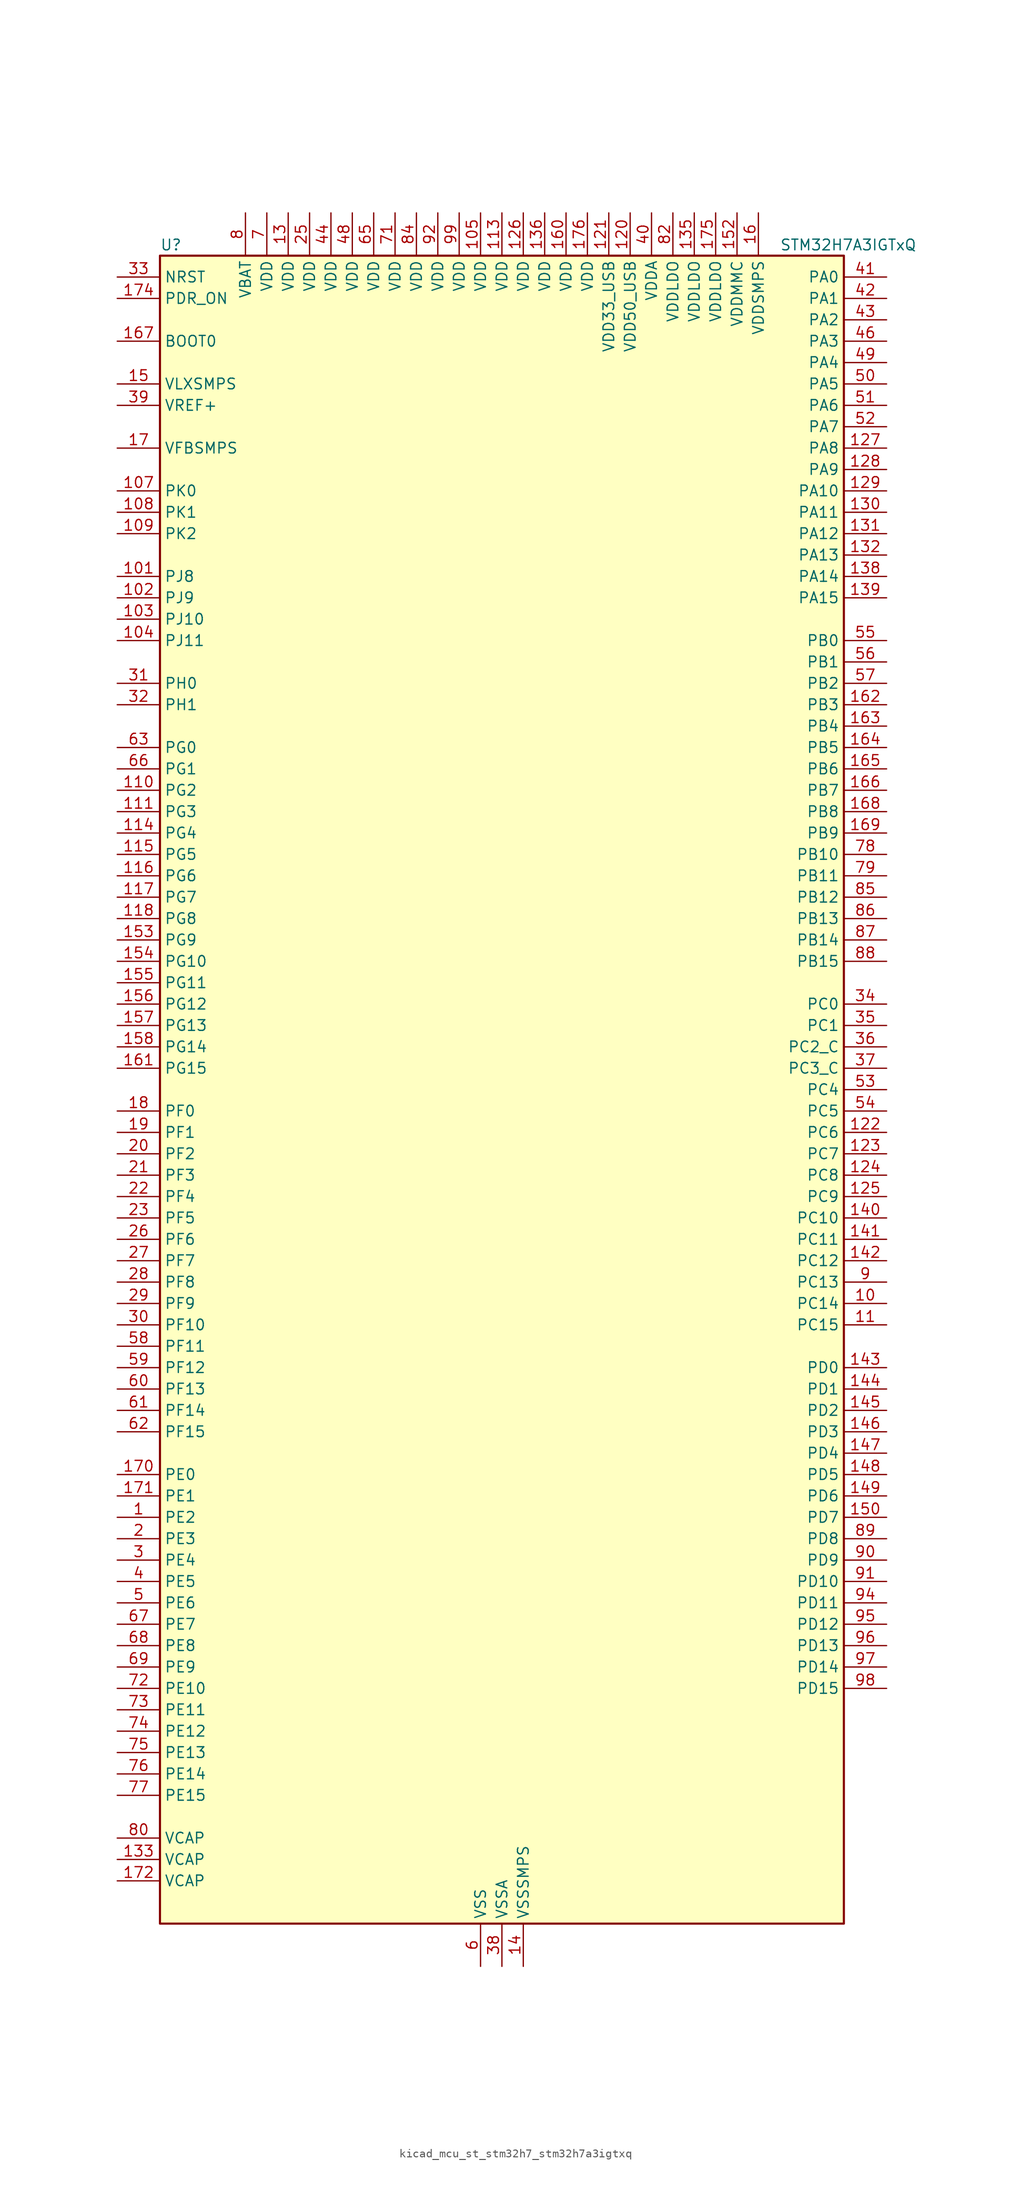
<source format=kicad_sym>
(kicad_symbol_lib
  (version 20220914)
  (generator kicad_symbol_editor)
  (symbol "kicad_mcu_st_stm32h7_stm32h7a3igtxq"
    (property "Reference" "U"
      (at -40.64 100.33 0)
      (effects (font (size 1.27 1.27)) (justify left)))
    (property "Value" "STM32H7A3IGTxQ"
      (at 33.02 100.33 0)
      (effects (font (size 1.27 1.27)) (justify left)))
    (property "ki_locked" ""
      (at 0 0 0)
      (effects (font (size 1.27 1.27))))
    (symbol "kicad_mcu_st_stm32h7_stm32h7a3igtxq_0_1"
      (rectangle (start -40.64 -99.06) (end 40.64 99.06) (stroke (width 0.254) (type default)) (fill (type background))))
    (symbol "kicad_mcu_st_stm32h7_stm32h7a3igtxq_1_1"
      (pin bidirectional line (at -45.72 -50.8 0) (length 5.08) (name "PE2" (effects (font (size 1.27 1.27)))) (number "1" (effects (font (size 1.27 1.27)))) (alternate "DEBUG_TRACECLK" bidirectional line) (alternate "FMC_A23" bidirectional line) (alternate "OCTOSPIM_P1_IO2" bidirectional line) (alternate "SAI1_CK1" bidirectional line) (alternate "SAI1_MCLK_A" bidirectional line) (alternate "SPI4_SCK" bidirectional line) (alternate "USART10_RX" bidirectional line))
      (pin bidirectional line (at 45.72 -25.4 180) (length 5.08) (name "PC14" (effects (font (size 1.27 1.27)))) (number "10" (effects (font (size 1.27 1.27)))) (alternate "RCC_OSC32_IN" bidirectional line))
      (pin passive line (at -2.54 -104.14 90) (length 5.08) hide (name "VSS" (effects (font (size 1.27 1.27)))) (number "100" (effects (font (size 1.27 1.27)))))
      (pin bidirectional line (at -45.72 60.96 0) (length 5.08) (name "PJ8" (effects (font (size 1.27 1.27)))) (number "101" (effects (font (size 1.27 1.27)))) (alternate "LTDC_G1" bidirectional line) (alternate "TIM1_CH3N" bidirectional line) (alternate "TIM8_CH1" bidirectional line) (alternate "UART8_TX" bidirectional line))
      (pin bidirectional line (at -45.72 58.42 0) (length 5.08) (name "PJ9" (effects (font (size 1.27 1.27)))) (number "102" (effects (font (size 1.27 1.27)))) (alternate "DAC1_EXTI9" bidirectional line) (alternate "LTDC_G2" bidirectional line) (alternate "TIM1_CH3" bidirectional line) (alternate "TIM8_CH1N" bidirectional line) (alternate "UART8_RX" bidirectional line))
      (pin bidirectional line (at -45.72 55.88 0) (length 5.08) (name "PJ10" (effects (font (size 1.27 1.27)))) (number "103" (effects (font (size 1.27 1.27)))) (alternate "LTDC_G3" bidirectional line) (alternate "SPI5_MOSI" bidirectional line) (alternate "TIM1_CH2N" bidirectional line) (alternate "TIM8_CH2" bidirectional line))
      (pin bidirectional line (at -45.72 53.34 0) (length 5.08) (name "PJ11" (effects (font (size 1.27 1.27)))) (number "104" (effects (font (size 1.27 1.27)))) (alternate "ADC1_EXTI11" bidirectional line) (alternate "ADC2_EXTI11" bidirectional line) (alternate "LTDC_G4" bidirectional line) (alternate "SPI5_MISO" bidirectional line) (alternate "TIM1_CH2" bidirectional line) (alternate "TIM8_CH2N" bidirectional line))
      (pin power_in line (at -2.54 104.14 270) (length 5.08) (name "VDD" (effects (font (size 1.27 1.27)))) (number "105" (effects (font (size 1.27 1.27)))))
      (pin passive line (at -2.54 -104.14 90) (length 5.08) hide (name "VSS" (effects (font (size 1.27 1.27)))) (number "106" (effects (font (size 1.27 1.27)))))
      (pin bidirectional line (at -45.72 71.12 0) (length 5.08) (name "PK0" (effects (font (size 1.27 1.27)))) (number "107" (effects (font (size 1.27 1.27)))) (alternate "LTDC_G5" bidirectional line) (alternate "SPI5_SCK" bidirectional line) (alternate "TIM1_CH1N" bidirectional line) (alternate "TIM8_CH3" bidirectional line))
      (pin bidirectional line (at -45.72 68.58 0) (length 5.08) (name "PK1" (effects (font (size 1.27 1.27)))) (number "108" (effects (font (size 1.27 1.27)))) (alternate "LTDC_G6" bidirectional line) (alternate "SPI5_NSS" bidirectional line) (alternate "TIM1_CH1" bidirectional line) (alternate "TIM8_CH3N" bidirectional line))
      (pin bidirectional line (at -45.72 66.04 0) (length 5.08) (name "PK2" (effects (font (size 1.27 1.27)))) (number "109" (effects (font (size 1.27 1.27)))) (alternate "LTDC_G7" bidirectional line) (alternate "TIM1_BKIN" bidirectional line) (alternate "TIM1_BKIN_COMP1" bidirectional line) (alternate "TIM1_BKIN_COMP2" bidirectional line) (alternate "TIM8_BKIN" bidirectional line) (alternate "TIM8_BKIN_COMP1" bidirectional line) (alternate "TIM8_BKIN_COMP2" bidirectional line))
      (pin bidirectional line (at 45.72 -27.94 180) (length 5.08) (name "PC15" (effects (font (size 1.27 1.27)))) (number "11" (effects (font (size 1.27 1.27)))) (alternate "ADC1_EXTI15" bidirectional line) (alternate "ADC2_EXTI15" bidirectional line) (alternate "RCC_OSC32_OUT" bidirectional line))
      (pin bidirectional line (at -45.72 35.56 0) (length 5.08) (name "PG2" (effects (font (size 1.27 1.27)))) (number "110" (effects (font (size 1.27 1.27)))) (alternate "FMC_A12" bidirectional line) (alternate "TIM8_BKIN" bidirectional line) (alternate "TIM8_BKIN_COMP1" bidirectional line) (alternate "TIM8_BKIN_COMP2" bidirectional line))
      (pin bidirectional line (at -45.72 33.02 0) (length 5.08) (name "PG3" (effects (font (size 1.27 1.27)))) (number "111" (effects (font (size 1.27 1.27)))) (alternate "FMC_A13" bidirectional line) (alternate "TIM8_BKIN2" bidirectional line) (alternate "TIM8_BKIN2_COMP1" bidirectional line) (alternate "TIM8_BKIN2_COMP2" bidirectional line))
      (pin passive line (at -2.54 -104.14 90) (length 5.08) hide (name "VSS" (effects (font (size 1.27 1.27)))) (number "112" (effects (font (size 1.27 1.27)))))
      (pin power_in line (at 0 104.14 270) (length 5.08) (name "VDD" (effects (font (size 1.27 1.27)))) (number "113" (effects (font (size 1.27 1.27)))))
      (pin bidirectional line (at -45.72 30.48 0) (length 5.08) (name "PG4" (effects (font (size 1.27 1.27)))) (number "114" (effects (font (size 1.27 1.27)))) (alternate "FMC_A14" bidirectional line) (alternate "FMC_BA0" bidirectional line) (alternate "TIM1_BKIN2" bidirectional line) (alternate "TIM1_BKIN2_COMP1" bidirectional line) (alternate "TIM1_BKIN2_COMP2" bidirectional line))
      (pin bidirectional line (at -45.72 27.94 0) (length 5.08) (name "PG5" (effects (font (size 1.27 1.27)))) (number "115" (effects (font (size 1.27 1.27)))) (alternate "FMC_A15" bidirectional line) (alternate "FMC_BA1" bidirectional line) (alternate "TIM1_ETR" bidirectional line))
      (pin bidirectional line (at -45.72 25.4 0) (length 5.08) (name "PG6" (effects (font (size 1.27 1.27)))) (number "116" (effects (font (size 1.27 1.27)))) (alternate "DCMI_D12" bidirectional line) (alternate "FMC_NE3" bidirectional line) (alternate "LTDC_R7" bidirectional line) (alternate "OCTOSPIM_P1_NCS" bidirectional line) (alternate "PSSI_D12" bidirectional line) (alternate "TIM17_BKIN" bidirectional line))
      (pin bidirectional line (at -45.72 22.86 0) (length 5.08) (name "PG7" (effects (font (size 1.27 1.27)))) (number "117" (effects (font (size 1.27 1.27)))) (alternate "DCMI_D13" bidirectional line) (alternate "FMC_INT" bidirectional line) (alternate "LTDC_CLK" bidirectional line) (alternate "OCTOSPIM_P2_DQS" bidirectional line) (alternate "PSSI_D13" bidirectional line) (alternate "SAI1_MCLK_A" bidirectional line) (alternate "USART6_CK" bidirectional line))
      (pin bidirectional line (at -45.72 20.32 0) (length 5.08) (name "PG8" (effects (font (size 1.27 1.27)))) (number "118" (effects (font (size 1.27 1.27)))) (alternate "FMC_SDCLK" bidirectional line) (alternate "I2S6_WS" bidirectional line) (alternate "LTDC_G7" bidirectional line) (alternate "SPDIFRX_IN2" bidirectional line) (alternate "SPI6_NSS" bidirectional line) (alternate "TIM8_ETR" bidirectional line) (alternate "USART6_DE" bidirectional line) (alternate "USART6_RTS" bidirectional line))
      (pin passive line (at -2.54 -104.14 90) (length 5.08) hide (name "VSS" (effects (font (size 1.27 1.27)))) (number "119" (effects (font (size 1.27 1.27)))))
      (pin passive line (at -2.54 -104.14 90) (length 5.08) hide (name "VSS" (effects (font (size 1.27 1.27)))) (number "12" (effects (font (size 1.27 1.27)))))
      (pin power_in line (at 15.24 104.14 270) (length 5.08) (name "VDD50_USB" (effects (font (size 1.27 1.27)))) (number "120" (effects (font (size 1.27 1.27)))))
      (pin power_in line (at 12.7 104.14 270) (length 5.08) (name "VDD33_USB" (effects (font (size 1.27 1.27)))) (number "121" (effects (font (size 1.27 1.27)))))
      (pin bidirectional line (at 45.72 -5.08 180) (length 5.08) (name "PC6" (effects (font (size 1.27 1.27)))) (number "122" (effects (font (size 1.27 1.27)))) (alternate "DCMI_D0" bidirectional line) (alternate "DFSDM1_CKIN3" bidirectional line) (alternate "FMC_NWAIT" bidirectional line) (alternate "I2S2_MCK" bidirectional line) (alternate "LTDC_HSYNC" bidirectional line) (alternate "PSSI_D0" bidirectional line) (alternate "SDMMC1_D0DIR" bidirectional line) (alternate "SDMMC1_D6" bidirectional line) (alternate "SDMMC2_D6" bidirectional line) (alternate "SWPMI1_IO" bidirectional line) (alternate "TIM3_CH1" bidirectional line) (alternate "TIM8_CH1" bidirectional line) (alternate "USART6_TX" bidirectional line))
      (pin bidirectional line (at 45.72 -7.62 180) (length 5.08) (name "PC7" (effects (font (size 1.27 1.27)))) (number "123" (effects (font (size 1.27 1.27)))) (alternate "DCMI_D1" bidirectional line) (alternate "DEBUG_TRGIO" bidirectional line) (alternate "DFSDM1_DATIN3" bidirectional line) (alternate "FMC_NE1" bidirectional line) (alternate "I2S3_MCK" bidirectional line) (alternate "LTDC_G6" bidirectional line) (alternate "PSSI_D1" bidirectional line) (alternate "SDMMC1_D123DIR" bidirectional line) (alternate "SDMMC1_D7" bidirectional line) (alternate "SDMMC2_D7" bidirectional line) (alternate "SWPMI1_TX" bidirectional line) (alternate "TIM3_CH2" bidirectional line) (alternate "TIM8_CH2" bidirectional line) (alternate "USART6_RX" bidirectional line))
      (pin bidirectional line (at 45.72 -10.16 180) (length 5.08) (name "PC8" (effects (font (size 1.27 1.27)))) (number "124" (effects (font (size 1.27 1.27)))) (alternate "DCMI_D2" bidirectional line) (alternate "DEBUG_TRACED1" bidirectional line) (alternate "FMC_INT" bidirectional line) (alternate "FMC_NCE" bidirectional line) (alternate "FMC_NE2" bidirectional line) (alternate "PSSI_D2" bidirectional line) (alternate "SDMMC1_D0" bidirectional line) (alternate "SWPMI1_RX" bidirectional line) (alternate "TIM3_CH3" bidirectional line) (alternate "TIM8_CH3" bidirectional line) (alternate "UART5_DE" bidirectional line) (alternate "UART5_RTS" bidirectional line) (alternate "USART6_CK" bidirectional line))
      (pin bidirectional line (at 45.72 -12.7 180) (length 5.08) (name "PC9" (effects (font (size 1.27 1.27)))) (number "125" (effects (font (size 1.27 1.27)))) (alternate "DAC1_EXTI9" bidirectional line) (alternate "DCMI_D3" bidirectional line) (alternate "I2C3_SDA" bidirectional line) (alternate "I2S_CKIN" bidirectional line) (alternate "LTDC_B2" bidirectional line) (alternate "LTDC_G3" bidirectional line) (alternate "OCTOSPIM_P1_IO0" bidirectional line) (alternate "PSSI_D3" bidirectional line) (alternate "RCC_MCO_2" bidirectional line) (alternate "SDMMC1_D1" bidirectional line) (alternate "SWPMI1_SUSPEND" bidirectional line) (alternate "TIM3_CH4" bidirectional line) (alternate "TIM8_CH4" bidirectional line) (alternate "UART5_CTS" bidirectional line))
      (pin power_in line (at 2.54 104.14 270) (length 5.08) (name "VDD" (effects (font (size 1.27 1.27)))) (number "126" (effects (font (size 1.27 1.27)))))
      (pin bidirectional line (at 45.72 76.2 180) (length 5.08) (name "PA8" (effects (font (size 1.27 1.27)))) (number "127" (effects (font (size 1.27 1.27)))) (alternate "I2C3_SCL" bidirectional line) (alternate "LTDC_B3" bidirectional line) (alternate "LTDC_R6" bidirectional line) (alternate "RCC_MCO_1" bidirectional line) (alternate "TIM1_CH1" bidirectional line) (alternate "TIM8_BKIN2" bidirectional line) (alternate "TIM8_BKIN2_COMP1" bidirectional line) (alternate "TIM8_BKIN2_COMP2" bidirectional line) (alternate "UART7_RX" bidirectional line) (alternate "USART1_CK" bidirectional line) (alternate "USB_OTG_HS_SOF" bidirectional line))
      (pin bidirectional line (at 45.72 73.66 180) (length 5.08) (name "PA9" (effects (font (size 1.27 1.27)))) (number "128" (effects (font (size 1.27 1.27)))) (alternate "DAC1_EXTI9" bidirectional line) (alternate "DCMI_D0" bidirectional line) (alternate "I2C3_SMBA" bidirectional line) (alternate "I2S2_CK" bidirectional line) (alternate "LPUART1_TX" bidirectional line) (alternate "LTDC_R5" bidirectional line) (alternate "PSSI_D0" bidirectional line) (alternate "SPI2_SCK" bidirectional line) (alternate "TIM1_CH2" bidirectional line) (alternate "USART1_TX" bidirectional line) (alternate "USB_OTG_HS_VBUS" bidirectional line))
      (pin bidirectional line (at 45.72 71.12 180) (length 5.08) (name "PA10" (effects (font (size 1.27 1.27)))) (number "129" (effects (font (size 1.27 1.27)))) (alternate "DCMI_D1" bidirectional line) (alternate "LPUART1_RX" bidirectional line) (alternate "LTDC_B1" bidirectional line) (alternate "LTDC_B4" bidirectional line) (alternate "MDIOS_MDIO" bidirectional line) (alternate "PSSI_D1" bidirectional line) (alternate "TIM1_CH3" bidirectional line) (alternate "USART1_RX" bidirectional line) (alternate "USB_OTG_HS_ID" bidirectional line))
      (pin power_in line (at -25.4 104.14 270) (length 5.08) (name "VDD" (effects (font (size 1.27 1.27)))) (number "13" (effects (font (size 1.27 1.27)))))
      (pin bidirectional line (at 45.72 68.58 180) (length 5.08) (name "PA11" (effects (font (size 1.27 1.27)))) (number "130" (effects (font (size 1.27 1.27)))) (alternate "ADC1_EXTI11" bidirectional line) (alternate "ADC2_EXTI11" bidirectional line) (alternate "FDCAN1_RX" bidirectional line) (alternate "I2S2_WS" bidirectional line) (alternate "LPUART1_CTS" bidirectional line) (alternate "LTDC_R4" bidirectional line) (alternate "SPI2_NSS" bidirectional line) (alternate "TIM1_CH4" bidirectional line) (alternate "UART4_RX" bidirectional line) (alternate "USART1_CTS" bidirectional line) (alternate "USART1_NSS" bidirectional line) (alternate "USB_OTG_HS_DM" bidirectional line))
      (pin bidirectional line (at 45.72 66.04 180) (length 5.08) (name "PA12" (effects (font (size 1.27 1.27)))) (number "131" (effects (font (size 1.27 1.27)))) (alternate "FDCAN1_TX" bidirectional line) (alternate "I2S2_CK" bidirectional line) (alternate "LPUART1_DE" bidirectional line) (alternate "LPUART1_RTS" bidirectional line) (alternate "LTDC_R5" bidirectional line) (alternate "SAI2_FS_B" bidirectional line) (alternate "SPI2_SCK" bidirectional line) (alternate "TIM1_ETR" bidirectional line) (alternate "UART4_TX" bidirectional line) (alternate "USART1_DE" bidirectional line) (alternate "USART1_RTS" bidirectional line) (alternate "USB_OTG_HS_DP" bidirectional line))
      (pin bidirectional line (at 45.72 63.5 180) (length 5.08) (name "PA13" (effects (font (size 1.27 1.27)))) (number "132" (effects (font (size 1.27 1.27)))) (alternate "DEBUG_JTMS-SWDIO" bidirectional line))
      (pin power_out line (at -45.72 -91.44 0) (length 5.08) (name "VCAP" (effects (font (size 1.27 1.27)))) (number "133" (effects (font (size 1.27 1.27)))))
      (pin passive line (at -2.54 -104.14 90) (length 5.08) hide (name "VSS" (effects (font (size 1.27 1.27)))) (number "134" (effects (font (size 1.27 1.27)))))
      (pin power_in line (at 22.86 104.14 270) (length 5.08) (name "VDDLDO" (effects (font (size 1.27 1.27)))) (number "135" (effects (font (size 1.27 1.27)))))
      (pin power_in line (at 5.08 104.14 270) (length 5.08) (name "VDD" (effects (font (size 1.27 1.27)))) (number "136" (effects (font (size 1.27 1.27)))))
      (pin passive line (at -2.54 -104.14 90) (length 5.08) hide (name "VSS" (effects (font (size 1.27 1.27)))) (number "137" (effects (font (size 1.27 1.27)))))
      (pin bidirectional line (at 45.72 60.96 180) (length 5.08) (name "PA14" (effects (font (size 1.27 1.27)))) (number "138" (effects (font (size 1.27 1.27)))) (alternate "DEBUG_JTCK-SWCLK" bidirectional line))
      (pin bidirectional line (at 45.72 58.42 180) (length 5.08) (name "PA15" (effects (font (size 1.27 1.27)))) (number "139" (effects (font (size 1.27 1.27)))) (alternate "ADC1_EXTI15" bidirectional line) (alternate "ADC2_EXTI15" bidirectional line) (alternate "CEC" bidirectional line) (alternate "DEBUG_JTDI" bidirectional line) (alternate "I2S1_WS" bidirectional line) (alternate "I2S3_WS" bidirectional line) (alternate "I2S6_WS" bidirectional line) (alternate "LTDC_B6" bidirectional line) (alternate "LTDC_R3" bidirectional line) (alternate "SPI1_NSS" bidirectional line) (alternate "SPI3_NSS" bidirectional line) (alternate "SPI6_NSS" bidirectional line) (alternate "TIM2_CH1" bidirectional line) (alternate "TIM2_ETR" bidirectional line) (alternate "UART4_DE" bidirectional line) (alternate "UART4_RTS" bidirectional line) (alternate "UART7_TX" bidirectional line))
      (pin power_in line (at 2.54 -104.14 90) (length 5.08) (name "VSSSMPS" (effects (font (size 1.27 1.27)))) (number "14" (effects (font (size 1.27 1.27)))))
      (pin bidirectional line (at 45.72 -15.24 180) (length 5.08) (name "PC10" (effects (font (size 1.27 1.27)))) (number "140" (effects (font (size 1.27 1.27)))) (alternate "DCMI_D8" bidirectional line) (alternate "DFSDM1_CKIN5" bidirectional line) (alternate "DFSDM2_CKIN0" bidirectional line) (alternate "I2S3_CK" bidirectional line) (alternate "LTDC_B1" bidirectional line) (alternate "LTDC_R2" bidirectional line) (alternate "OCTOSPIM_P1_IO1" bidirectional line) (alternate "PSSI_D8" bidirectional line) (alternate "SDMMC1_D2" bidirectional line) (alternate "SPI3_SCK" bidirectional line) (alternate "SWPMI1_RX" bidirectional line) (alternate "UART4_TX" bidirectional line) (alternate "USART3_TX" bidirectional line))
      (pin bidirectional line (at 45.72 -17.78 180) (length 5.08) (name "PC11" (effects (font (size 1.27 1.27)))) (number "141" (effects (font (size 1.27 1.27)))) (alternate "ADC1_EXTI11" bidirectional line) (alternate "ADC2_EXTI11" bidirectional line) (alternate "DCMI_D4" bidirectional line) (alternate "DFSDM1_DATIN5" bidirectional line) (alternate "DFSDM2_DATIN0" bidirectional line) (alternate "I2S3_SDI" bidirectional line) (alternate "LTDC_B4" bidirectional line) (alternate "OCTOSPIM_P1_NCS" bidirectional line) (alternate "PSSI_D4" bidirectional line) (alternate "SDMMC1_D3" bidirectional line) (alternate "SPI3_MISO" bidirectional line) (alternate "UART4_RX" bidirectional line) (alternate "USART3_RX" bidirectional line))
      (pin bidirectional line (at 45.72 -20.32 180) (length 5.08) (name "PC12" (effects (font (size 1.27 1.27)))) (number "142" (effects (font (size 1.27 1.27)))) (alternate "DCMI_D9" bidirectional line) (alternate "DEBUG_TRACED3" bidirectional line) (alternate "DFSDM2_CKOUT" bidirectional line) (alternate "I2S3_SDO" bidirectional line) (alternate "I2S6_CK" bidirectional line) (alternate "LTDC_R6" bidirectional line) (alternate "PSSI_D9" bidirectional line) (alternate "SDMMC1_CK" bidirectional line) (alternate "SPI3_MOSI" bidirectional line) (alternate "SPI6_SCK" bidirectional line) (alternate "TIM15_CH1" bidirectional line) (alternate "UART5_TX" bidirectional line) (alternate "USART3_CK" bidirectional line))
      (pin bidirectional line (at 45.72 -33.02 180) (length 5.08) (name "PD0" (effects (font (size 1.27 1.27)))) (number "143" (effects (font (size 1.27 1.27)))) (alternate "DFSDM1_CKIN6" bidirectional line) (alternate "FDCAN1_RX" bidirectional line) (alternate "FMC_D2" bidirectional line) (alternate "FMC_DA2" bidirectional line) (alternate "LTDC_B1" bidirectional line) (alternate "UART4_RX" bidirectional line) (alternate "UART9_CTS" bidirectional line))
      (pin bidirectional line (at 45.72 -35.56 180) (length 5.08) (name "PD1" (effects (font (size 1.27 1.27)))) (number "144" (effects (font (size 1.27 1.27)))) (alternate "DFSDM1_DATIN6" bidirectional line) (alternate "FDCAN1_TX" bidirectional line) (alternate "FMC_D3" bidirectional line) (alternate "FMC_DA3" bidirectional line) (alternate "UART4_TX" bidirectional line))
      (pin bidirectional line (at 45.72 -38.1 180) (length 5.08) (name "PD2" (effects (font (size 1.27 1.27)))) (number "145" (effects (font (size 1.27 1.27)))) (alternate "DCMI_D11" bidirectional line) (alternate "DEBUG_TRACED2" bidirectional line) (alternate "LTDC_B2" bidirectional line) (alternate "LTDC_B7" bidirectional line) (alternate "PSSI_D11" bidirectional line) (alternate "SDMMC1_CMD" bidirectional line) (alternate "TIM15_BKIN" bidirectional line) (alternate "TIM3_ETR" bidirectional line) (alternate "UART5_RX" bidirectional line))
      (pin bidirectional line (at 45.72 -40.64 180) (length 5.08) (name "PD3" (effects (font (size 1.27 1.27)))) (number "146" (effects (font (size 1.27 1.27)))) (alternate "DCMI_D5" bidirectional line) (alternate "DFSDM1_CKOUT" bidirectional line) (alternate "FMC_CLK" bidirectional line) (alternate "I2S2_CK" bidirectional line) (alternate "LTDC_G7" bidirectional line) (alternate "PSSI_D5" bidirectional line) (alternate "SPI2_SCK" bidirectional line) (alternate "USART2_CTS" bidirectional line) (alternate "USART2_NSS" bidirectional line))
      (pin bidirectional line (at 45.72 -43.18 180) (length 5.08) (name "PD4" (effects (font (size 1.27 1.27)))) (number "147" (effects (font (size 1.27 1.27)))) (alternate "FMC_NOE" bidirectional line) (alternate "OCTOSPIM_P1_IO4" bidirectional line) (alternate "USART2_DE" bidirectional line) (alternate "USART2_RTS" bidirectional line))
      (pin bidirectional line (at 45.72 -45.72 180) (length 5.08) (name "PD5" (effects (font (size 1.27 1.27)))) (number "148" (effects (font (size 1.27 1.27)))) (alternate "FMC_NWE" bidirectional line) (alternate "OCTOSPIM_P1_IO5" bidirectional line) (alternate "USART2_TX" bidirectional line))
      (pin bidirectional line (at 45.72 -48.26 180) (length 5.08) (name "PD6" (effects (font (size 1.27 1.27)))) (number "149" (effects (font (size 1.27 1.27)))) (alternate "DCMI_D10" bidirectional line) (alternate "DFSDM1_CKIN4" bidirectional line) (alternate "DFSDM1_DATIN1" bidirectional line) (alternate "FMC_NWAIT" bidirectional line) (alternate "I2S3_SDO" bidirectional line) (alternate "LTDC_B2" bidirectional line) (alternate "OCTOSPIM_P1_IO6" bidirectional line) (alternate "PSSI_D10" bidirectional line) (alternate "SAI1_D1" bidirectional line) (alternate "SAI1_SD_A" bidirectional line) (alternate "SDMMC2_CK" bidirectional line) (alternate "SPI3_MOSI" bidirectional line) (alternate "USART2_RX" bidirectional line))
      (pin power_in line (at -45.72 83.82 0) (length 5.08) (name "VLXSMPS" (effects (font (size 1.27 1.27)))) (number "15" (effects (font (size 1.27 1.27)))))
      (pin bidirectional line (at 45.72 -50.8 180) (length 5.08) (name "PD7" (effects (font (size 1.27 1.27)))) (number "150" (effects (font (size 1.27 1.27)))) (alternate "DFSDM1_CKIN1" bidirectional line) (alternate "DFSDM1_DATIN4" bidirectional line) (alternate "FMC_NE1" bidirectional line) (alternate "I2S1_SDO" bidirectional line) (alternate "OCTOSPIM_P1_IO7" bidirectional line) (alternate "SDMMC2_CMD" bidirectional line) (alternate "SPDIFRX_IN0" bidirectional line) (alternate "SPI1_MOSI" bidirectional line) (alternate "USART2_CK" bidirectional line))
      (pin passive line (at -2.54 -104.14 90) (length 5.08) hide (name "VSS" (effects (font (size 1.27 1.27)))) (number "151" (effects (font (size 1.27 1.27)))))
      (pin power_in line (at 27.94 104.14 270) (length 5.08) (name "VDDMMC" (effects (font (size 1.27 1.27)))) (number "152" (effects (font (size 1.27 1.27)))))
      (pin bidirectional line (at -45.72 17.78 0) (length 5.08) (name "PG9" (effects (font (size 1.27 1.27)))) (number "153" (effects (font (size 1.27 1.27)))) (alternate "DAC1_EXTI9" bidirectional line) (alternate "DCMI_VSYNC" bidirectional line) (alternate "FMC_NCE" bidirectional line) (alternate "FMC_NE2" bidirectional line) (alternate "I2S1_SDI" bidirectional line) (alternate "OCTOSPIM_P1_IO6" bidirectional line) (alternate "PSSI_RDY" bidirectional line) (alternate "SAI2_FS_B" bidirectional line) (alternate "SDMMC2_D0" bidirectional line) (alternate "SPDIFRX_IN3" bidirectional line) (alternate "SPI1_MISO" bidirectional line) (alternate "USART6_RX" bidirectional line))
      (pin bidirectional line (at -45.72 15.24 0) (length 5.08) (name "PG10" (effects (font (size 1.27 1.27)))) (number "154" (effects (font (size 1.27 1.27)))) (alternate "DCMI_D2" bidirectional line) (alternate "FMC_NE3" bidirectional line) (alternate "I2S1_WS" bidirectional line) (alternate "LTDC_B2" bidirectional line) (alternate "LTDC_G3" bidirectional line) (alternate "OCTOSPIM_P2_IO6" bidirectional line) (alternate "PSSI_D2" bidirectional line) (alternate "SAI2_SD_B" bidirectional line) (alternate "SDMMC2_D1" bidirectional line) (alternate "SPI1_NSS" bidirectional line))
      (pin bidirectional line (at -45.72 12.7 0) (length 5.08) (name "PG11" (effects (font (size 1.27 1.27)))) (number "155" (effects (font (size 1.27 1.27)))) (alternate "ADC1_EXTI11" bidirectional line) (alternate "ADC2_EXTI11" bidirectional line) (alternate "DCMI_D3" bidirectional line) (alternate "I2S1_CK" bidirectional line) (alternate "LPTIM1_IN2" bidirectional line) (alternate "LTDC_B3" bidirectional line) (alternate "OCTOSPIM_P2_IO7" bidirectional line) (alternate "PSSI_D3" bidirectional line) (alternate "SDMMC2_D2" bidirectional line) (alternate "SPDIFRX_IN0" bidirectional line) (alternate "SPI1_SCK" bidirectional line) (alternate "USART10_RX" bidirectional line))
      (pin bidirectional line (at -45.72 10.16 0) (length 5.08) (name "PG12" (effects (font (size 1.27 1.27)))) (number "156" (effects (font (size 1.27 1.27)))) (alternate "FMC_NE4" bidirectional line) (alternate "I2S6_SDI" bidirectional line) (alternate "LPTIM1_IN1" bidirectional line) (alternate "LTDC_B1" bidirectional line) (alternate "LTDC_B4" bidirectional line) (alternate "OCTOSPIM_P2_NCS" bidirectional line) (alternate "SDMMC2_D3" bidirectional line) (alternate "SPDIFRX_IN1" bidirectional line) (alternate "SPI6_MISO" bidirectional line) (alternate "USART10_TX" bidirectional line) (alternate "USART6_DE" bidirectional line) (alternate "USART6_RTS" bidirectional line))
      (pin bidirectional line (at -45.72 7.62 0) (length 5.08) (name "PG13" (effects (font (size 1.27 1.27)))) (number "157" (effects (font (size 1.27 1.27)))) (alternate "DEBUG_TRACED0" bidirectional line) (alternate "FMC_A24" bidirectional line) (alternate "I2S6_CK" bidirectional line) (alternate "LPTIM1_OUT" bidirectional line) (alternate "LTDC_R0" bidirectional line) (alternate "SDMMC2_D6" bidirectional line) (alternate "SPI6_SCK" bidirectional line) (alternate "USART10_CTS" bidirectional line) (alternate "USART10_NSS" bidirectional line) (alternate "USART6_CTS" bidirectional line) (alternate "USART6_NSS" bidirectional line))
      (pin bidirectional line (at -45.72 5.08 0) (length 5.08) (name "PG14" (effects (font (size 1.27 1.27)))) (number "158" (effects (font (size 1.27 1.27)))) (alternate "DEBUG_TRACED1" bidirectional line) (alternate "FMC_A25" bidirectional line) (alternate "I2S6_SDO" bidirectional line) (alternate "LPTIM1_ETR" bidirectional line) (alternate "LTDC_B0" bidirectional line) (alternate "OCTOSPIM_P1_IO7" bidirectional line) (alternate "SDMMC2_D7" bidirectional line) (alternate "SPI6_MOSI" bidirectional line) (alternate "USART10_DE" bidirectional line) (alternate "USART10_RTS" bidirectional line) (alternate "USART6_TX" bidirectional line))
      (pin passive line (at -2.54 -104.14 90) (length 5.08) hide (name "VSS" (effects (font (size 1.27 1.27)))) (number "159" (effects (font (size 1.27 1.27)))))
      (pin power_in line (at 30.48 104.14 270) (length 5.08) (name "VDDSMPS" (effects (font (size 1.27 1.27)))) (number "16" (effects (font (size 1.27 1.27)))))
      (pin power_in line (at 7.62 104.14 270) (length 5.08) (name "VDD" (effects (font (size 1.27 1.27)))) (number "160" (effects (font (size 1.27 1.27)))))
      (pin bidirectional line (at -45.72 2.54 0) (length 5.08) (name "PG15" (effects (font (size 1.27 1.27)))) (number "161" (effects (font (size 1.27 1.27)))) (alternate "ADC1_EXTI15" bidirectional line) (alternate "ADC2_EXTI15" bidirectional line) (alternate "DCMI_D13" bidirectional line) (alternate "FMC_SDNCAS" bidirectional line) (alternate "OCTOSPIM_P2_DQS" bidirectional line) (alternate "PSSI_D13" bidirectional line) (alternate "USART10_CK" bidirectional line) (alternate "USART6_CTS" bidirectional line) (alternate "USART6_NSS" bidirectional line))
      (pin bidirectional line (at 45.72 45.72 180) (length 5.08) (name "PB3" (effects (font (size 1.27 1.27)))) (number "162" (effects (font (size 1.27 1.27)))) (alternate "CRS_SYNC" bidirectional line) (alternate "DEBUG_JTDO-SWO" bidirectional line) (alternate "I2S1_CK" bidirectional line) (alternate "I2S3_CK" bidirectional line) (alternate "I2S6_CK" bidirectional line) (alternate "SDMMC2_D2" bidirectional line) (alternate "SPI1_SCK" bidirectional line) (alternate "SPI3_SCK" bidirectional line) (alternate "SPI6_SCK" bidirectional line) (alternate "TIM2_CH2" bidirectional line) (alternate "UART7_RX" bidirectional line))
      (pin bidirectional line (at 45.72 43.18 180) (length 5.08) (name "PB4" (effects (font (size 1.27 1.27)))) (number "163" (effects (font (size 1.27 1.27)))) (alternate "DEBUG_JTRST" bidirectional line) (alternate "I2S1_SDI" bidirectional line) (alternate "I2S2_WS" bidirectional line) (alternate "I2S3_SDI" bidirectional line) (alternate "I2S6_SDI" bidirectional line) (alternate "SDMMC2_D3" bidirectional line) (alternate "SPI1_MISO" bidirectional line) (alternate "SPI2_NSS" bidirectional line) (alternate "SPI3_MISO" bidirectional line) (alternate "SPI6_MISO" bidirectional line) (alternate "TIM16_BKIN" bidirectional line) (alternate "TIM3_CH1" bidirectional line) (alternate "UART7_TX" bidirectional line))
      (pin bidirectional line (at 45.72 40.64 180) (length 5.08) (name "PB5" (effects (font (size 1.27 1.27)))) (number "164" (effects (font (size 1.27 1.27)))) (alternate "DCMI_D10" bidirectional line) (alternate "FDCAN2_RX" bidirectional line) (alternate "FMC_SDCKE1" bidirectional line) (alternate "I2C1_SMBA" bidirectional line) (alternate "I2C4_SMBA" bidirectional line) (alternate "I2S1_SDO" bidirectional line) (alternate "I2S3_SDO" bidirectional line) (alternate "I2S6_SDO" bidirectional line) (alternate "LTDC_B5" bidirectional line) (alternate "PSSI_D10" bidirectional line) (alternate "SPI1_MOSI" bidirectional line) (alternate "SPI3_MOSI" bidirectional line) (alternate "SPI6_MOSI" bidirectional line) (alternate "TIM17_BKIN" bidirectional line) (alternate "TIM3_CH2" bidirectional line) (alternate "UART5_RX" bidirectional line) (alternate "USB_OTG_HS_ULPI_D7" bidirectional line))
      (pin bidirectional line (at 45.72 38.1 180) (length 5.08) (name "PB6" (effects (font (size 1.27 1.27)))) (number "165" (effects (font (size 1.27 1.27)))) (alternate "CEC" bidirectional line) (alternate "DCMI_D5" bidirectional line) (alternate "DFSDM1_DATIN5" bidirectional line) (alternate "FDCAN2_TX" bidirectional line) (alternate "FMC_SDNE1" bidirectional line) (alternate "I2C1_SCL" bidirectional line) (alternate "I2C4_SCL" bidirectional line) (alternate "LPUART1_TX" bidirectional line) (alternate "OCTOSPIM_P1_NCS" bidirectional line) (alternate "PSSI_D5" bidirectional line) (alternate "TIM16_CH1N" bidirectional line) (alternate "TIM4_CH1" bidirectional line) (alternate "UART5_TX" bidirectional line) (alternate "USART1_TX" bidirectional line))
      (pin bidirectional line (at 45.72 35.56 180) (length 5.08) (name "PB7" (effects (font (size 1.27 1.27)))) (number "166" (effects (font (size 1.27 1.27)))) (alternate "DCMI_VSYNC" bidirectional line) (alternate "DFSDM1_CKIN5" bidirectional line) (alternate "FMC_NL" bidirectional line) (alternate "I2C1_SDA" bidirectional line) (alternate "I2C4_SDA" bidirectional line) (alternate "LPUART1_RX" bidirectional line) (alternate "PSSI_RDY" bidirectional line) (alternate "PWR_PVD_IN" bidirectional line) (alternate "TIM17_CH1N" bidirectional line) (alternate "TIM4_CH2" bidirectional line) (alternate "USART1_RX" bidirectional line))
      (pin input line (at -45.72 88.9 0) (length 5.08) (name "BOOT0" (effects (font (size 1.27 1.27)))) (number "167" (effects (font (size 1.27 1.27)))))
      (pin bidirectional line (at 45.72 33.02 180) (length 5.08) (name "PB8" (effects (font (size 1.27 1.27)))) (number "168" (effects (font (size 1.27 1.27)))) (alternate "DCMI_D6" bidirectional line) (alternate "DFSDM1_CKIN7" bidirectional line) (alternate "FDCAN1_RX" bidirectional line) (alternate "I2C1_SCL" bidirectional line) (alternate "I2C4_SCL" bidirectional line) (alternate "LTDC_B6" bidirectional line) (alternate "PSSI_D6" bidirectional line) (alternate "SDMMC1_CKIN" bidirectional line) (alternate "SDMMC1_D4" bidirectional line) (alternate "SDMMC2_D4" bidirectional line) (alternate "TIM16_CH1" bidirectional line) (alternate "TIM4_CH3" bidirectional line) (alternate "UART4_RX" bidirectional line))
      (pin bidirectional line (at 45.72 30.48 180) (length 5.08) (name "PB9" (effects (font (size 1.27 1.27)))) (number "169" (effects (font (size 1.27 1.27)))) (alternate "DAC1_EXTI9" bidirectional line) (alternate "DCMI_D7" bidirectional line) (alternate "DFSDM1_DATIN7" bidirectional line) (alternate "FDCAN1_TX" bidirectional line) (alternate "I2C1_SDA" bidirectional line) (alternate "I2C4_SDA" bidirectional line) (alternate "I2C4_SMBA" bidirectional line) (alternate "I2S2_WS" bidirectional line) (alternate "LTDC_B7" bidirectional line) (alternate "PSSI_D7" bidirectional line) (alternate "SDMMC1_CDIR" bidirectional line) (alternate "SDMMC1_D5" bidirectional line) (alternate "SDMMC2_D5" bidirectional line) (alternate "SPI2_NSS" bidirectional line) (alternate "TIM17_CH1" bidirectional line) (alternate "TIM4_CH4" bidirectional line) (alternate "UART4_TX" bidirectional line))
      (pin input line (at -45.72 76.2 0) (length 5.08) (name "VFBSMPS" (effects (font (size 1.27 1.27)))) (number "17" (effects (font (size 1.27 1.27)))))
      (pin bidirectional line (at -45.72 -45.72 0) (length 5.08) (name "PE0" (effects (font (size 1.27 1.27)))) (number "170" (effects (font (size 1.27 1.27)))) (alternate "DCMI_D2" bidirectional line) (alternate "FMC_NBL0" bidirectional line) (alternate "LPTIM1_ETR" bidirectional line) (alternate "LPTIM2_ETR" bidirectional line) (alternate "LTDC_R0" bidirectional line) (alternate "PSSI_D2" bidirectional line) (alternate "SAI2_MCLK_A" bidirectional line) (alternate "TIM4_ETR" bidirectional line) (alternate "UART8_RX" bidirectional line))
      (pin bidirectional line (at -45.72 -48.26 0) (length 5.08) (name "PE1" (effects (font (size 1.27 1.27)))) (number "171" (effects (font (size 1.27 1.27)))) (alternate "DCMI_D3" bidirectional line) (alternate "FMC_NBL1" bidirectional line) (alternate "LPTIM1_IN2" bidirectional line) (alternate "LTDC_R6" bidirectional line) (alternate "PSSI_D3" bidirectional line) (alternate "UART8_TX" bidirectional line))
      (pin power_out line (at -45.72 -93.98 0) (length 5.08) (name "VCAP" (effects (font (size 1.27 1.27)))) (number "172" (effects (font (size 1.27 1.27)))))
      (pin passive line (at -2.54 -104.14 90) (length 5.08) hide (name "VSS" (effects (font (size 1.27 1.27)))) (number "173" (effects (font (size 1.27 1.27)))))
      (pin input line (at -45.72 93.98 0) (length 5.08) (name "PDR_ON" (effects (font (size 1.27 1.27)))) (number "174" (effects (font (size 1.27 1.27)))))
      (pin power_in line (at 25.4 104.14 270) (length 5.08) (name "VDDLDO" (effects (font (size 1.27 1.27)))) (number "175" (effects (font (size 1.27 1.27)))))
      (pin power_in line (at 10.16 104.14 270) (length 5.08) (name "VDD" (effects (font (size 1.27 1.27)))) (number "176" (effects (font (size 1.27 1.27)))))
      (pin bidirectional line (at -45.72 -2.54 0) (length 5.08) (name "PF0" (effects (font (size 1.27 1.27)))) (number "18" (effects (font (size 1.27 1.27)))) (alternate "FMC_A0" bidirectional line) (alternate "I2C2_SDA" bidirectional line) (alternate "OCTOSPIM_P2_IO0" bidirectional line))
      (pin bidirectional line (at -45.72 -5.08 0) (length 5.08) (name "PF1" (effects (font (size 1.27 1.27)))) (number "19" (effects (font (size 1.27 1.27)))) (alternate "FMC_A1" bidirectional line) (alternate "I2C2_SCL" bidirectional line) (alternate "OCTOSPIM_P2_IO1" bidirectional line))
      (pin bidirectional line (at -45.72 -53.34 0) (length 5.08) (name "PE3" (effects (font (size 1.27 1.27)))) (number "2" (effects (font (size 1.27 1.27)))) (alternate "DEBUG_TRACED0" bidirectional line) (alternate "FMC_A19" bidirectional line) (alternate "SAI1_SD_B" bidirectional line) (alternate "TIM15_BKIN" bidirectional line) (alternate "USART10_TX" bidirectional line))
      (pin bidirectional line (at -45.72 -7.62 0) (length 5.08) (name "PF2" (effects (font (size 1.27 1.27)))) (number "20" (effects (font (size 1.27 1.27)))) (alternate "FMC_A2" bidirectional line) (alternate "I2C2_SMBA" bidirectional line) (alternate "OCTOSPIM_P2_IO2" bidirectional line))
      (pin bidirectional line (at -45.72 -10.16 0) (length 5.08) (name "PF3" (effects (font (size 1.27 1.27)))) (number "21" (effects (font (size 1.27 1.27)))) (alternate "FMC_A3" bidirectional line) (alternate "OCTOSPIM_P2_IO3" bidirectional line))
      (pin bidirectional line (at -45.72 -12.7 0) (length 5.08) (name "PF4" (effects (font (size 1.27 1.27)))) (number "22" (effects (font (size 1.27 1.27)))) (alternate "FMC_A4" bidirectional line) (alternate "OCTOSPIM_P2_CLK" bidirectional line))
      (pin bidirectional line (at -45.72 -15.24 0) (length 5.08) (name "PF5" (effects (font (size 1.27 1.27)))) (number "23" (effects (font (size 1.27 1.27)))) (alternate "FMC_A5" bidirectional line) (alternate "OCTOSPIM_P2_NCLK" bidirectional line))
      (pin passive line (at -2.54 -104.14 90) (length 5.08) hide (name "VSS" (effects (font (size 1.27 1.27)))) (number "24" (effects (font (size 1.27 1.27)))))
      (pin power_in line (at -22.86 104.14 270) (length 5.08) (name "VDD" (effects (font (size 1.27 1.27)))) (number "25" (effects (font (size 1.27 1.27)))))
      (pin bidirectional line (at -45.72 -17.78 0) (length 5.08) (name "PF6" (effects (font (size 1.27 1.27)))) (number "26" (effects (font (size 1.27 1.27)))) (alternate "OCTOSPIM_P1_IO3" bidirectional line) (alternate "SAI1_SD_B" bidirectional line) (alternate "SPI5_NSS" bidirectional line) (alternate "TIM16_CH1" bidirectional line) (alternate "UART7_RX" bidirectional line))
      (pin bidirectional line (at -45.72 -20.32 0) (length 5.08) (name "PF7" (effects (font (size 1.27 1.27)))) (number "27" (effects (font (size 1.27 1.27)))) (alternate "OCTOSPIM_P1_IO2" bidirectional line) (alternate "SAI1_MCLK_B" bidirectional line) (alternate "SPI5_SCK" bidirectional line) (alternate "TIM17_CH1" bidirectional line) (alternate "UART7_TX" bidirectional line))
      (pin bidirectional line (at -45.72 -22.86 0) (length 5.08) (name "PF8" (effects (font (size 1.27 1.27)))) (number "28" (effects (font (size 1.27 1.27)))) (alternate "OCTOSPIM_P1_IO0" bidirectional line) (alternate "SAI1_SCK_B" bidirectional line) (alternate "SPI5_MISO" bidirectional line) (alternate "TIM13_CH1" bidirectional line) (alternate "TIM16_CH1N" bidirectional line) (alternate "UART7_DE" bidirectional line) (alternate "UART7_RTS" bidirectional line))
      (pin bidirectional line (at -45.72 -25.4 0) (length 5.08) (name "PF9" (effects (font (size 1.27 1.27)))) (number "29" (effects (font (size 1.27 1.27)))) (alternate "DAC1_EXTI9" bidirectional line) (alternate "OCTOSPIM_P1_IO1" bidirectional line) (alternate "SAI1_FS_B" bidirectional line) (alternate "SPI5_MOSI" bidirectional line) (alternate "TIM14_CH1" bidirectional line) (alternate "TIM17_CH1N" bidirectional line) (alternate "UART7_CTS" bidirectional line))
      (pin bidirectional line (at -45.72 -55.88 0) (length 5.08) (name "PE4" (effects (font (size 1.27 1.27)))) (number "3" (effects (font (size 1.27 1.27)))) (alternate "DCMI_D4" bidirectional line) (alternate "DEBUG_TRACED1" bidirectional line) (alternate "DFSDM1_DATIN3" bidirectional line) (alternate "FMC_A20" bidirectional line) (alternate "LTDC_B0" bidirectional line) (alternate "PSSI_D4" bidirectional line) (alternate "SAI1_D2" bidirectional line) (alternate "SAI1_FS_A" bidirectional line) (alternate "SPI4_NSS" bidirectional line) (alternate "TIM15_CH1N" bidirectional line))
      (pin bidirectional line (at -45.72 -27.94 0) (length 5.08) (name "PF10" (effects (font (size 1.27 1.27)))) (number "30" (effects (font (size 1.27 1.27)))) (alternate "DCMI_D11" bidirectional line) (alternate "LTDC_DE" bidirectional line) (alternate "OCTOSPIM_P1_CLK" bidirectional line) (alternate "PSSI_D11" bidirectional line) (alternate "PSSI_D15" bidirectional line) (alternate "SAI1_D3" bidirectional line) (alternate "TIM16_BKIN" bidirectional line))
      (pin bidirectional line (at -45.72 48.26 0) (length 5.08) (name "PH0" (effects (font (size 1.27 1.27)))) (number "31" (effects (font (size 1.27 1.27)))) (alternate "RCC_OSC_IN" bidirectional line))
      (pin bidirectional line (at -45.72 45.72 0) (length 5.08) (name "PH1" (effects (font (size 1.27 1.27)))) (number "32" (effects (font (size 1.27 1.27)))) (alternate "RCC_OSC_OUT" bidirectional line))
      (pin input line (at -45.72 96.52 0) (length 5.08) (name "NRST" (effects (font (size 1.27 1.27)))) (number "33" (effects (font (size 1.27 1.27)))))
      (pin bidirectional line (at 45.72 10.16 180) (length 5.08) (name "PC0" (effects (font (size 1.27 1.27)))) (number "34" (effects (font (size 1.27 1.27)))) (alternate "ADC1_INP10" bidirectional line) (alternate "ADC2_INP10" bidirectional line) (alternate "DFSDM1_CKIN0" bidirectional line) (alternate "DFSDM1_DATIN4" bidirectional line) (alternate "FMC_A25" bidirectional line) (alternate "FMC_SDNWE" bidirectional line) (alternate "LTDC_G2" bidirectional line) (alternate "LTDC_R5" bidirectional line) (alternate "SAI2_FS_B" bidirectional line) (alternate "USB_OTG_HS_ULPI_STP" bidirectional line))
      (pin bidirectional line (at 45.72 7.62 180) (length 5.08) (name "PC1" (effects (font (size 1.27 1.27)))) (number "35" (effects (font (size 1.27 1.27)))) (alternate "ADC1_INN10" bidirectional line) (alternate "ADC1_INP11" bidirectional line) (alternate "ADC2_INN10" bidirectional line) (alternate "ADC2_INP11" bidirectional line) (alternate "DEBUG_TRACED0" bidirectional line) (alternate "DFSDM1_CKIN4" bidirectional line) (alternate "DFSDM1_DATIN0" bidirectional line) (alternate "I2S2_SDO" bidirectional line) (alternate "LTDC_G5" bidirectional line) (alternate "MDIOS_MDC" bidirectional line) (alternate "OCTOSPIM_P1_IO4" bidirectional line) (alternate "PWR_WKUP6" bidirectional line) (alternate "RTC_TAMP3" bidirectional line) (alternate "SAI1_D1" bidirectional line) (alternate "SAI1_SD_A" bidirectional line) (alternate "SDMMC2_CK" bidirectional line) (alternate "SPI2_MOSI" bidirectional line))
      (pin bidirectional line (at 45.72 5.08 180) (length 5.08) (name "PC2_C" (effects (font (size 1.27 1.27)))) (number "36" (effects (font (size 1.27 1.27)))) (alternate "ADC2_INN1" bidirectional line) (alternate "ADC2_INP0" bidirectional line) (alternate "DFSDM1_CKIN1" bidirectional line) (alternate "DFSDM1_CKOUT" bidirectional line) (alternate "FMC_SDNE0" bidirectional line) (alternate "I2S2_SDI" bidirectional line) (alternate "OCTOSPIM_P1_IO2" bidirectional line) (alternate "OCTOSPIM_P1_IO5" bidirectional line) (alternate "PWR_CSTOP" bidirectional line) (alternate "SPI2_MISO" bidirectional line) (alternate "USB_OTG_HS_ULPI_DIR" bidirectional line))
      (pin bidirectional line (at 45.72 2.54 180) (length 5.08) (name "PC3_C" (effects (font (size 1.27 1.27)))) (number "37" (effects (font (size 1.27 1.27)))) (alternate "ADC2_INP1" bidirectional line) (alternate "DFSDM1_DATIN1" bidirectional line) (alternate "FMC_SDCKE0" bidirectional line) (alternate "I2S2_SDO" bidirectional line) (alternate "OCTOSPIM_P1_IO0" bidirectional line) (alternate "OCTOSPIM_P1_IO6" bidirectional line) (alternate "PWR_CSLEEP" bidirectional line) (alternate "SPI2_MOSI" bidirectional line) (alternate "USB_OTG_HS_ULPI_NXT" bidirectional line))
      (pin power_in line (at 0 -104.14 90) (length 5.08) (name "VSSA" (effects (font (size 1.27 1.27)))) (number "38" (effects (font (size 1.27 1.27)))))
      (pin input line (at -45.72 81.28 0) (length 5.08) (name "VREF+" (effects (font (size 1.27 1.27)))) (number "39" (effects (font (size 1.27 1.27)))) (alternate "VREFBUF_OUT" bidirectional line))
      (pin bidirectional line (at -45.72 -58.42 0) (length 5.08) (name "PE5" (effects (font (size 1.27 1.27)))) (number "4" (effects (font (size 1.27 1.27)))) (alternate "DCMI_D6" bidirectional line) (alternate "DEBUG_TRACED2" bidirectional line) (alternate "DFSDM1_CKIN3" bidirectional line) (alternate "FMC_A21" bidirectional line) (alternate "LTDC_G0" bidirectional line) (alternate "PSSI_D6" bidirectional line) (alternate "SAI1_CK2" bidirectional line) (alternate "SAI1_SCK_A" bidirectional line) (alternate "SPI4_MISO" bidirectional line) (alternate "TIM15_CH1" bidirectional line))
      (pin power_in line (at 17.78 104.14 270) (length 5.08) (name "VDDA" (effects (font (size 1.27 1.27)))) (number "40" (effects (font (size 1.27 1.27)))))
      (pin bidirectional line (at 45.72 96.52 180) (length 5.08) (name "PA0" (effects (font (size 1.27 1.27)))) (number "41" (effects (font (size 1.27 1.27)))) (alternate "ADC1_INP16" bidirectional line) (alternate "I2S6_WS" bidirectional line) (alternate "PWR_WKUP1" bidirectional line) (alternate "SAI2_SD_B" bidirectional line) (alternate "SDMMC2_CMD" bidirectional line) (alternate "SPI6_NSS" bidirectional line) (alternate "TIM15_BKIN" bidirectional line) (alternate "TIM2_CH1" bidirectional line) (alternate "TIM2_ETR" bidirectional line) (alternate "TIM5_CH1" bidirectional line) (alternate "TIM8_ETR" bidirectional line) (alternate "UART4_TX" bidirectional line) (alternate "USART2_CTS" bidirectional line) (alternate "USART2_NSS" bidirectional line))
      (pin bidirectional line (at 45.72 93.98 180) (length 5.08) (name "PA1" (effects (font (size 1.27 1.27)))) (number "42" (effects (font (size 1.27 1.27)))) (alternate "ADC1_INN16" bidirectional line) (alternate "ADC1_INP17" bidirectional line) (alternate "LPTIM3_OUT" bidirectional line) (alternate "LTDC_R2" bidirectional line) (alternate "OCTOSPIM_P1_DQS" bidirectional line) (alternate "OCTOSPIM_P1_IO3" bidirectional line) (alternate "SAI2_MCLK_B" bidirectional line) (alternate "TIM15_CH1N" bidirectional line) (alternate "TIM2_CH2" bidirectional line) (alternate "TIM5_CH2" bidirectional line) (alternate "UART4_RX" bidirectional line) (alternate "USART2_DE" bidirectional line) (alternate "USART2_RTS" bidirectional line))
      (pin bidirectional line (at 45.72 91.44 180) (length 5.08) (name "PA2" (effects (font (size 1.27 1.27)))) (number "43" (effects (font (size 1.27 1.27)))) (alternate "ADC1_INP14" bidirectional line) (alternate "DFSDM2_CKIN1" bidirectional line) (alternate "LTDC_R1" bidirectional line) (alternate "MDIOS_MDIO" bidirectional line) (alternate "PWR_WKUP2" bidirectional line) (alternate "SAI2_SCK_B" bidirectional line) (alternate "TIM15_CH1" bidirectional line) (alternate "TIM2_CH3" bidirectional line) (alternate "TIM5_CH3" bidirectional line) (alternate "USART2_TX" bidirectional line))
      (pin power_in line (at -20.32 104.14 270) (length 5.08) (name "VDD" (effects (font (size 1.27 1.27)))) (number "44" (effects (font (size 1.27 1.27)))))
      (pin passive line (at -2.54 -104.14 90) (length 5.08) hide (name "VSS" (effects (font (size 1.27 1.27)))) (number "45" (effects (font (size 1.27 1.27)))))
      (pin bidirectional line (at 45.72 88.9 180) (length 5.08) (name "PA3" (effects (font (size 1.27 1.27)))) (number "46" (effects (font (size 1.27 1.27)))) (alternate "ADC1_INP15" bidirectional line) (alternate "I2S6_MCK" bidirectional line) (alternate "LTDC_B2" bidirectional line) (alternate "LTDC_B5" bidirectional line) (alternate "OCTOSPIM_P1_CLK" bidirectional line) (alternate "TIM15_CH2" bidirectional line) (alternate "TIM2_CH4" bidirectional line) (alternate "TIM5_CH4" bidirectional line) (alternate "USART2_RX" bidirectional line) (alternate "USB_OTG_HS_ULPI_D0" bidirectional line))
      (pin passive line (at -2.54 -104.14 90) (length 5.08) hide (name "VSS" (effects (font (size 1.27 1.27)))) (number "47" (effects (font (size 1.27 1.27)))))
      (pin power_in line (at -17.78 104.14 270) (length 5.08) (name "VDD" (effects (font (size 1.27 1.27)))) (number "48" (effects (font (size 1.27 1.27)))))
      (pin bidirectional line (at 45.72 86.36 180) (length 5.08) (name "PA4" (effects (font (size 1.27 1.27)))) (number "49" (effects (font (size 1.27 1.27)))) (alternate "ADC1_INP18" bidirectional line) (alternate "DAC1_OUT1" bidirectional line) (alternate "DCMI_HSYNC" bidirectional line) (alternate "I2S1_WS" bidirectional line) (alternate "I2S3_WS" bidirectional line) (alternate "I2S6_WS" bidirectional line) (alternate "LTDC_VSYNC" bidirectional line) (alternate "PSSI_DE" bidirectional line) (alternate "SPI1_NSS" bidirectional line) (alternate "SPI3_NSS" bidirectional line) (alternate "SPI6_NSS" bidirectional line) (alternate "TIM5_ETR" bidirectional line) (alternate "USART2_CK" bidirectional line))
      (pin bidirectional line (at -45.72 -60.96 0) (length 5.08) (name "PE6" (effects (font (size 1.27 1.27)))) (number "5" (effects (font (size 1.27 1.27)))) (alternate "DCMI_D7" bidirectional line) (alternate "DEBUG_TRACED3" bidirectional line) (alternate "FMC_A22" bidirectional line) (alternate "LTDC_G1" bidirectional line) (alternate "PSSI_D7" bidirectional line) (alternate "SAI1_D1" bidirectional line) (alternate "SAI1_SD_A" bidirectional line) (alternate "SAI2_MCLK_B" bidirectional line) (alternate "SPI4_MOSI" bidirectional line) (alternate "TIM15_CH2" bidirectional line) (alternate "TIM1_BKIN2" bidirectional line) (alternate "TIM1_BKIN2_COMP1" bidirectional line) (alternate "TIM1_BKIN2_COMP2" bidirectional line))
      (pin bidirectional line (at 45.72 83.82 180) (length 5.08) (name "PA5" (effects (font (size 1.27 1.27)))) (number "50" (effects (font (size 1.27 1.27)))) (alternate "ADC1_INN18" bidirectional line) (alternate "ADC1_INP19" bidirectional line) (alternate "DAC1_OUT2" bidirectional line) (alternate "I2S1_CK" bidirectional line) (alternate "I2S6_CK" bidirectional line) (alternate "LTDC_R4" bidirectional line) (alternate "PSSI_D14" bidirectional line) (alternate "PWR_NDSTOP2" bidirectional line) (alternate "SPI1_SCK" bidirectional line) (alternate "SPI6_SCK" bidirectional line) (alternate "TIM2_CH1" bidirectional line) (alternate "TIM2_ETR" bidirectional line) (alternate "TIM8_CH1N" bidirectional line) (alternate "USB_OTG_HS_ULPI_CK" bidirectional line))
      (pin bidirectional line (at 45.72 81.28 180) (length 5.08) (name "PA6" (effects (font (size 1.27 1.27)))) (number "51" (effects (font (size 1.27 1.27)))) (alternate "ADC1_INP3" bidirectional line) (alternate "ADC2_INP3" bidirectional line) (alternate "DAC2_OUT1" bidirectional line) (alternate "DCMI_PIXCLK" bidirectional line) (alternate "I2S1_SDI" bidirectional line) (alternate "I2S6_SDI" bidirectional line) (alternate "LTDC_G2" bidirectional line) (alternate "MDIOS_MDC" bidirectional line) (alternate "OCTOSPIM_P1_IO3" bidirectional line) (alternate "PSSI_PDCK" bidirectional line) (alternate "SPI1_MISO" bidirectional line) (alternate "SPI6_MISO" bidirectional line) (alternate "TIM13_CH1" bidirectional line) (alternate "TIM1_BKIN" bidirectional line) (alternate "TIM1_BKIN_COMP1" bidirectional line) (alternate "TIM1_BKIN_COMP2" bidirectional line) (alternate "TIM3_CH1" bidirectional line) (alternate "TIM8_BKIN" bidirectional line) (alternate "TIM8_BKIN_COMP1" bidirectional line) (alternate "TIM8_BKIN_COMP2" bidirectional line))
      (pin bidirectional line (at 45.72 78.74 180) (length 5.08) (name "PA7" (effects (font (size 1.27 1.27)))) (number "52" (effects (font (size 1.27 1.27)))) (alternate "ADC1_INN3" bidirectional line) (alternate "ADC1_INP7" bidirectional line) (alternate "ADC2_INN3" bidirectional line) (alternate "ADC2_INP7" bidirectional line) (alternate "DFSDM2_DATIN1" bidirectional line) (alternate "FMC_SDNWE" bidirectional line) (alternate "I2S1_SDO" bidirectional line) (alternate "I2S6_SDO" bidirectional line) (alternate "LTDC_VSYNC" bidirectional line) (alternate "OCTOSPIM_P1_IO2" bidirectional line) (alternate "OPAMP1_VINM" bidirectional line) (alternate "SPI1_MOSI" bidirectional line) (alternate "SPI6_MOSI" bidirectional line) (alternate "TIM14_CH1" bidirectional line) (alternate "TIM1_CH1N" bidirectional line) (alternate "TIM3_CH2" bidirectional line) (alternate "TIM8_CH1N" bidirectional line))
      (pin bidirectional line (at 45.72 0 180) (length 5.08) (name "PC4" (effects (font (size 1.27 1.27)))) (number "53" (effects (font (size 1.27 1.27)))) (alternate "ADC1_INP4" bidirectional line) (alternate "ADC2_INP4" bidirectional line) (alternate "COMP1_INM" bidirectional line) (alternate "DFSDM1_CKIN2" bidirectional line) (alternate "FMC_SDNE0" bidirectional line) (alternate "I2S1_MCK" bidirectional line) (alternate "LTDC_R7" bidirectional line) (alternate "OPAMP1_VOUT" bidirectional line) (alternate "SPDIFRX_IN2" bidirectional line))
      (pin bidirectional line (at 45.72 -2.54 180) (length 5.08) (name "PC5" (effects (font (size 1.27 1.27)))) (number "54" (effects (font (size 1.27 1.27)))) (alternate "ADC1_INN4" bidirectional line) (alternate "ADC1_INP8" bidirectional line) (alternate "ADC2_INN4" bidirectional line) (alternate "ADC2_INP8" bidirectional line) (alternate "COMP1_OUT" bidirectional line) (alternate "DFSDM1_DATIN2" bidirectional line) (alternate "FMC_SDCKE0" bidirectional line) (alternate "LTDC_DE" bidirectional line) (alternate "OCTOSPIM_P1_DQS" bidirectional line) (alternate "OPAMP1_VINM" bidirectional line) (alternate "PSSI_D15" bidirectional line) (alternate "SAI1_D3" bidirectional line) (alternate "SPDIFRX_IN3" bidirectional line))
      (pin bidirectional line (at 45.72 53.34 180) (length 5.08) (name "PB0" (effects (font (size 1.27 1.27)))) (number "55" (effects (font (size 1.27 1.27)))) (alternate "ADC1_INN5" bidirectional line) (alternate "ADC1_INP9" bidirectional line) (alternate "ADC2_INN5" bidirectional line) (alternate "ADC2_INP9" bidirectional line) (alternate "COMP1_INP" bidirectional line) (alternate "DFSDM1_CKOUT" bidirectional line) (alternate "DFSDM2_CKOUT" bidirectional line) (alternate "LTDC_G1" bidirectional line) (alternate "LTDC_R3" bidirectional line) (alternate "OCTOSPIM_P1_IO1" bidirectional line) (alternate "OPAMP1_VINP" bidirectional line) (alternate "TIM1_CH2N" bidirectional line) (alternate "TIM3_CH3" bidirectional line) (alternate "TIM8_CH2N" bidirectional line) (alternate "UART4_CTS" bidirectional line) (alternate "USB_OTG_HS_ULPI_D1" bidirectional line))
      (pin bidirectional line (at 45.72 50.8 180) (length 5.08) (name "PB1" (effects (font (size 1.27 1.27)))) (number "56" (effects (font (size 1.27 1.27)))) (alternate "ADC1_INP5" bidirectional line) (alternate "ADC2_INP5" bidirectional line) (alternate "COMP1_INM" bidirectional line) (alternate "DFSDM1_DATIN1" bidirectional line) (alternate "LTDC_G0" bidirectional line) (alternate "LTDC_R6" bidirectional line) (alternate "OCTOSPIM_P1_IO0" bidirectional line) (alternate "TIM1_CH3N" bidirectional line) (alternate "TIM3_CH4" bidirectional line) (alternate "TIM8_CH3N" bidirectional line) (alternate "USB_OTG_HS_ULPI_D2" bidirectional line))
      (pin bidirectional line (at 45.72 48.26 180) (length 5.08) (name "PB2" (effects (font (size 1.27 1.27)))) (number "57" (effects (font (size 1.27 1.27)))) (alternate "COMP1_INP" bidirectional line) (alternate "DFSDM1_CKIN1" bidirectional line) (alternate "I2S3_SDO" bidirectional line) (alternate "OCTOSPIM_P1_CLK" bidirectional line) (alternate "OCTOSPIM_P1_DQS" bidirectional line) (alternate "RTC_OUT_ALARM" bidirectional line) (alternate "RTC_OUT_CALIB" bidirectional line) (alternate "SAI1_D1" bidirectional line) (alternate "SAI1_SD_A" bidirectional line) (alternate "SPI3_MOSI" bidirectional line))
      (pin bidirectional line (at -45.72 -30.48 0) (length 5.08) (name "PF11" (effects (font (size 1.27 1.27)))) (number "58" (effects (font (size 1.27 1.27)))) (alternate "ADC1_EXTI11" bidirectional line) (alternate "ADC1_INP2" bidirectional line) (alternate "ADC2_EXTI11" bidirectional line) (alternate "DCMI_D12" bidirectional line) (alternate "FMC_SDNRAS" bidirectional line) (alternate "OCTOSPIM_P1_NCLK" bidirectional line) (alternate "PSSI_D12" bidirectional line) (alternate "SAI2_SD_B" bidirectional line) (alternate "SPI5_MOSI" bidirectional line))
      (pin bidirectional line (at -45.72 -33.02 0) (length 5.08) (name "PF12" (effects (font (size 1.27 1.27)))) (number "59" (effects (font (size 1.27 1.27)))) (alternate "ADC1_INN2" bidirectional line) (alternate "ADC1_INP6" bidirectional line) (alternate "FMC_A6" bidirectional line) (alternate "OCTOSPIM_P2_DQS" bidirectional line))
      (pin power_in line (at -2.54 -104.14 90) (length 5.08) (name "VSS" (effects (font (size 1.27 1.27)))) (number "6" (effects (font (size 1.27 1.27)))))
      (pin bidirectional line (at -45.72 -35.56 0) (length 5.08) (name "PF13" (effects (font (size 1.27 1.27)))) (number "60" (effects (font (size 1.27 1.27)))) (alternate "ADC2_INP2" bidirectional line) (alternate "DFSDM1_DATIN6" bidirectional line) (alternate "FMC_A7" bidirectional line) (alternate "I2C4_SMBA" bidirectional line))
      (pin bidirectional line (at -45.72 -38.1 0) (length 5.08) (name "PF14" (effects (font (size 1.27 1.27)))) (number "61" (effects (font (size 1.27 1.27)))) (alternate "ADC2_INN2" bidirectional line) (alternate "ADC2_INP6" bidirectional line) (alternate "DFSDM1_CKIN6" bidirectional line) (alternate "FMC_A8" bidirectional line) (alternate "I2C4_SCL" bidirectional line))
      (pin bidirectional line (at -45.72 -40.64 0) (length 5.08) (name "PF15" (effects (font (size 1.27 1.27)))) (number "62" (effects (font (size 1.27 1.27)))) (alternate "ADC1_EXTI15" bidirectional line) (alternate "ADC2_EXTI15" bidirectional line) (alternate "FMC_A9" bidirectional line) (alternate "I2C4_SDA" bidirectional line))
      (pin bidirectional line (at -45.72 40.64 0) (length 5.08) (name "PG0" (effects (font (size 1.27 1.27)))) (number "63" (effects (font (size 1.27 1.27)))) (alternate "FMC_A10" bidirectional line) (alternate "OCTOSPIM_P2_IO4" bidirectional line) (alternate "UART9_RX" bidirectional line))
      (pin passive line (at -2.54 -104.14 90) (length 5.08) hide (name "VSS" (effects (font (size 1.27 1.27)))) (number "64" (effects (font (size 1.27 1.27)))))
      (pin power_in line (at -15.24 104.14 270) (length 5.08) (name "VDD" (effects (font (size 1.27 1.27)))) (number "65" (effects (font (size 1.27 1.27)))))
      (pin bidirectional line (at -45.72 38.1 0) (length 5.08) (name "PG1" (effects (font (size 1.27 1.27)))) (number "66" (effects (font (size 1.27 1.27)))) (alternate "FMC_A11" bidirectional line) (alternate "OCTOSPIM_P2_IO5" bidirectional line) (alternate "OPAMP2_VINM" bidirectional line) (alternate "UART9_TX" bidirectional line))
      (pin bidirectional line (at -45.72 -63.5 0) (length 5.08) (name "PE7" (effects (font (size 1.27 1.27)))) (number "67" (effects (font (size 1.27 1.27)))) (alternate "COMP2_INM" bidirectional line) (alternate "DFSDM1_DATIN2" bidirectional line) (alternate "FMC_D4" bidirectional line) (alternate "FMC_DA4" bidirectional line) (alternate "OCTOSPIM_P1_IO4" bidirectional line) (alternate "OPAMP2_VOUT" bidirectional line) (alternate "TIM1_ETR" bidirectional line) (alternate "UART7_RX" bidirectional line))
      (pin bidirectional line (at -45.72 -66.04 0) (length 5.08) (name "PE8" (effects (font (size 1.27 1.27)))) (number "68" (effects (font (size 1.27 1.27)))) (alternate "COMP2_OUT" bidirectional line) (alternate "DFSDM1_CKIN2" bidirectional line) (alternate "FMC_D5" bidirectional line) (alternate "FMC_DA5" bidirectional line) (alternate "OCTOSPIM_P1_IO5" bidirectional line) (alternate "OPAMP2_VINM" bidirectional line) (alternate "TIM1_CH1N" bidirectional line) (alternate "UART7_TX" bidirectional line))
      (pin bidirectional line (at -45.72 -68.58 0) (length 5.08) (name "PE9" (effects (font (size 1.27 1.27)))) (number "69" (effects (font (size 1.27 1.27)))) (alternate "COMP2_INP" bidirectional line) (alternate "DAC1_EXTI9" bidirectional line) (alternate "DFSDM1_CKOUT" bidirectional line) (alternate "FMC_D6" bidirectional line) (alternate "FMC_DA6" bidirectional line) (alternate "OCTOSPIM_P1_IO6" bidirectional line) (alternate "OPAMP2_VINP" bidirectional line) (alternate "TIM1_CH1" bidirectional line) (alternate "UART7_DE" bidirectional line) (alternate "UART7_RTS" bidirectional line))
      (pin power_in line (at -27.94 104.14 270) (length 5.08) (name "VDD" (effects (font (size 1.27 1.27)))) (number "7" (effects (font (size 1.27 1.27)))))
      (pin passive line (at -2.54 -104.14 90) (length 5.08) hide (name "VSS" (effects (font (size 1.27 1.27)))) (number "70" (effects (font (size 1.27 1.27)))))
      (pin power_in line (at -12.7 104.14 270) (length 5.08) (name "VDD" (effects (font (size 1.27 1.27)))) (number "71" (effects (font (size 1.27 1.27)))))
      (pin bidirectional line (at -45.72 -71.12 0) (length 5.08) (name "PE10" (effects (font (size 1.27 1.27)))) (number "72" (effects (font (size 1.27 1.27)))) (alternate "COMP2_INM" bidirectional line) (alternate "DFSDM1_DATIN4" bidirectional line) (alternate "FMC_D7" bidirectional line) (alternate "FMC_DA7" bidirectional line) (alternate "OCTOSPIM_P1_IO7" bidirectional line) (alternate "TIM1_CH2N" bidirectional line) (alternate "UART7_CTS" bidirectional line))
      (pin bidirectional line (at -45.72 -73.66 0) (length 5.08) (name "PE11" (effects (font (size 1.27 1.27)))) (number "73" (effects (font (size 1.27 1.27)))) (alternate "ADC1_EXTI11" bidirectional line) (alternate "ADC2_EXTI11" bidirectional line) (alternate "COMP2_INP" bidirectional line) (alternate "DFSDM1_CKIN4" bidirectional line) (alternate "FMC_D8" bidirectional line) (alternate "FMC_DA8" bidirectional line) (alternate "LTDC_G3" bidirectional line) (alternate "OCTOSPIM_P1_NCS" bidirectional line) (alternate "SAI2_SD_B" bidirectional line) (alternate "SPI4_NSS" bidirectional line) (alternate "TIM1_CH2" bidirectional line))
      (pin bidirectional line (at -45.72 -76.2 0) (length 5.08) (name "PE12" (effects (font (size 1.27 1.27)))) (number "74" (effects (font (size 1.27 1.27)))) (alternate "COMP1_OUT" bidirectional line) (alternate "DFSDM1_DATIN5" bidirectional line) (alternate "FMC_D9" bidirectional line) (alternate "FMC_DA9" bidirectional line) (alternate "LTDC_B4" bidirectional line) (alternate "SAI2_SCK_B" bidirectional line) (alternate "SPI4_SCK" bidirectional line) (alternate "TIM1_CH3N" bidirectional line))
      (pin bidirectional line (at -45.72 -78.74 0) (length 5.08) (name "PE13" (effects (font (size 1.27 1.27)))) (number "75" (effects (font (size 1.27 1.27)))) (alternate "COMP2_OUT" bidirectional line) (alternate "DFSDM1_CKIN5" bidirectional line) (alternate "FMC_D10" bidirectional line) (alternate "FMC_DA10" bidirectional line) (alternate "LTDC_DE" bidirectional line) (alternate "SAI2_FS_B" bidirectional line) (alternate "SPI4_MISO" bidirectional line) (alternate "TIM1_CH3" bidirectional line))
      (pin bidirectional line (at -45.72 -81.28 0) (length 5.08) (name "PE14" (effects (font (size 1.27 1.27)))) (number "76" (effects (font (size 1.27 1.27)))) (alternate "FMC_D11" bidirectional line) (alternate "FMC_DA11" bidirectional line) (alternate "LTDC_CLK" bidirectional line) (alternate "SAI2_MCLK_B" bidirectional line) (alternate "SPI4_MOSI" bidirectional line) (alternate "TIM1_CH4" bidirectional line))
      (pin bidirectional line (at -45.72 -83.82 0) (length 5.08) (name "PE15" (effects (font (size 1.27 1.27)))) (number "77" (effects (font (size 1.27 1.27)))) (alternate "ADC1_EXTI15" bidirectional line) (alternate "ADC2_EXTI15" bidirectional line) (alternate "FMC_D12" bidirectional line) (alternate "FMC_DA12" bidirectional line) (alternate "LTDC_R7" bidirectional line) (alternate "TIM1_BKIN" bidirectional line) (alternate "TIM1_BKIN_COMP1" bidirectional line) (alternate "TIM1_BKIN_COMP2" bidirectional line) (alternate "USART10_CK" bidirectional line))
      (pin bidirectional line (at 45.72 27.94 180) (length 5.08) (name "PB10" (effects (font (size 1.27 1.27)))) (number "78" (effects (font (size 1.27 1.27)))) (alternate "DFSDM1_DATIN7" bidirectional line) (alternate "I2C2_SCL" bidirectional line) (alternate "I2S2_CK" bidirectional line) (alternate "LPTIM2_IN1" bidirectional line) (alternate "LTDC_G4" bidirectional line) (alternate "OCTOSPIM_P1_NCS" bidirectional line) (alternate "SPI2_SCK" bidirectional line) (alternate "TIM2_CH3" bidirectional line) (alternate "USART3_TX" bidirectional line) (alternate "USB_OTG_HS_ULPI_D3" bidirectional line))
      (pin bidirectional line (at 45.72 25.4 180) (length 5.08) (name "PB11" (effects (font (size 1.27 1.27)))) (number "79" (effects (font (size 1.27 1.27)))) (alternate "ADC1_EXTI11" bidirectional line) (alternate "ADC2_EXTI11" bidirectional line) (alternate "DFSDM1_CKIN7" bidirectional line) (alternate "I2C2_SDA" bidirectional line) (alternate "LPTIM2_ETR" bidirectional line) (alternate "LTDC_G5" bidirectional line) (alternate "TIM2_CH4" bidirectional line) (alternate "USART3_RX" bidirectional line) (alternate "USB_OTG_HS_ULPI_D4" bidirectional line))
      (pin power_in line (at -30.48 104.14 270) (length 5.08) (name "VBAT" (effects (font (size 1.27 1.27)))) (number "8" (effects (font (size 1.27 1.27)))))
      (pin power_out line (at -45.72 -88.9 0) (length 5.08) (name "VCAP" (effects (font (size 1.27 1.27)))) (number "80" (effects (font (size 1.27 1.27)))))
      (pin passive line (at -2.54 -104.14 90) (length 5.08) hide (name "VSS" (effects (font (size 1.27 1.27)))) (number "81" (effects (font (size 1.27 1.27)))))
      (pin power_in line (at 20.32 104.14 270) (length 5.08) (name "VDDLDO" (effects (font (size 1.27 1.27)))) (number "82" (effects (font (size 1.27 1.27)))))
      (pin passive line (at -2.54 -104.14 90) (length 5.08) hide (name "VSS" (effects (font (size 1.27 1.27)))) (number "83" (effects (font (size 1.27 1.27)))))
      (pin power_in line (at -10.16 104.14 270) (length 5.08) (name "VDD" (effects (font (size 1.27 1.27)))) (number "84" (effects (font (size 1.27 1.27)))))
      (pin bidirectional line (at 45.72 22.86 180) (length 5.08) (name "PB12" (effects (font (size 1.27 1.27)))) (number "85" (effects (font (size 1.27 1.27)))) (alternate "DFSDM1_DATIN1" bidirectional line) (alternate "DFSDM2_DATIN1" bidirectional line) (alternate "FDCAN2_RX" bidirectional line) (alternate "I2C2_SMBA" bidirectional line) (alternate "I2S2_WS" bidirectional line) (alternate "OCTOSPIM_P1_NCLK" bidirectional line) (alternate "SPI2_NSS" bidirectional line) (alternate "TIM1_BKIN" bidirectional line) (alternate "TIM1_BKIN_COMP1" bidirectional line) (alternate "TIM1_BKIN_COMP2" bidirectional line) (alternate "UART5_RX" bidirectional line) (alternate "USART3_CK" bidirectional line) (alternate "USB_OTG_HS_ULPI_D5" bidirectional line))
      (pin bidirectional line (at 45.72 20.32 180) (length 5.08) (name "PB13" (effects (font (size 1.27 1.27)))) (number "86" (effects (font (size 1.27 1.27)))) (alternate "DCMI_D2" bidirectional line) (alternate "DFSDM1_CKIN1" bidirectional line) (alternate "DFSDM2_CKIN1" bidirectional line) (alternate "FDCAN2_TX" bidirectional line) (alternate "I2S2_CK" bidirectional line) (alternate "LPTIM2_OUT" bidirectional line) (alternate "PSSI_D2" bidirectional line) (alternate "SDMMC1_D0" bidirectional line) (alternate "SPI2_SCK" bidirectional line) (alternate "TIM1_CH1N" bidirectional line) (alternate "UART5_TX" bidirectional line) (alternate "USART3_CTS" bidirectional line) (alternate "USART3_NSS" bidirectional line) (alternate "USB_OTG_HS_ULPI_D6" bidirectional line))
      (pin bidirectional line (at 45.72 17.78 180) (length 5.08) (name "PB14" (effects (font (size 1.27 1.27)))) (number "87" (effects (font (size 1.27 1.27)))) (alternate "DFSDM1_DATIN2" bidirectional line) (alternate "I2S2_SDI" bidirectional line) (alternate "LTDC_CLK" bidirectional line) (alternate "SDMMC2_D0" bidirectional line) (alternate "SPI2_MISO" bidirectional line) (alternate "TIM12_CH1" bidirectional line) (alternate "TIM1_CH2N" bidirectional line) (alternate "TIM8_CH2N" bidirectional line) (alternate "UART4_DE" bidirectional line) (alternate "UART4_RTS" bidirectional line) (alternate "USART1_TX" bidirectional line) (alternate "USART3_DE" bidirectional line) (alternate "USART3_RTS" bidirectional line))
      (pin bidirectional line (at 45.72 15.24 180) (length 5.08) (name "PB15" (effects (font (size 1.27 1.27)))) (number "88" (effects (font (size 1.27 1.27)))) (alternate "ADC1_EXTI15" bidirectional line) (alternate "ADC2_EXTI15" bidirectional line) (alternate "DFSDM1_CKIN2" bidirectional line) (alternate "I2S2_SDO" bidirectional line) (alternate "LTDC_G7" bidirectional line) (alternate "RTC_REFIN" bidirectional line) (alternate "SDMMC2_D1" bidirectional line) (alternate "SPI2_MOSI" bidirectional line) (alternate "TIM12_CH2" bidirectional line) (alternate "TIM1_CH3N" bidirectional line) (alternate "TIM8_CH3N" bidirectional line) (alternate "UART4_CTS" bidirectional line) (alternate "USART1_RX" bidirectional line))
      (pin bidirectional line (at 45.72 -53.34 180) (length 5.08) (name "PD8" (effects (font (size 1.27 1.27)))) (number "89" (effects (font (size 1.27 1.27)))) (alternate "DFSDM1_CKIN3" bidirectional line) (alternate "FMC_D13" bidirectional line) (alternate "FMC_DA13" bidirectional line) (alternate "SPDIFRX_IN1" bidirectional line) (alternate "USART3_TX" bidirectional line))
      (pin bidirectional line (at 45.72 -22.86 180) (length 5.08) (name "PC13" (effects (font (size 1.27 1.27)))) (number "9" (effects (font (size 1.27 1.27)))) (alternate "PWR_WKUP4" bidirectional line) (alternate "RTC_OUT_ALARM" bidirectional line) (alternate "RTC_OUT_CALIB" bidirectional line) (alternate "RTC_TAMP1" bidirectional line) (alternate "RTC_TS" bidirectional line))
      (pin bidirectional line (at 45.72 -55.88 180) (length 5.08) (name "PD9" (effects (font (size 1.27 1.27)))) (number "90" (effects (font (size 1.27 1.27)))) (alternate "DAC1_EXTI9" bidirectional line) (alternate "DFSDM1_DATIN3" bidirectional line) (alternate "FMC_D14" bidirectional line) (alternate "FMC_DA14" bidirectional line) (alternate "USART3_RX" bidirectional line))
      (pin bidirectional line (at 45.72 -58.42 180) (length 5.08) (name "PD10" (effects (font (size 1.27 1.27)))) (number "91" (effects (font (size 1.27 1.27)))) (alternate "DFSDM1_CKOUT" bidirectional line) (alternate "DFSDM2_CKOUT" bidirectional line) (alternate "FMC_D15" bidirectional line) (alternate "FMC_DA15" bidirectional line) (alternate "LTDC_B3" bidirectional line) (alternate "USART3_CK" bidirectional line))
      (pin power_in line (at -7.62 104.14 270) (length 5.08) (name "VDD" (effects (font (size 1.27 1.27)))) (number "92" (effects (font (size 1.27 1.27)))))
      (pin passive line (at -2.54 -104.14 90) (length 5.08) hide (name "VSS" (effects (font (size 1.27 1.27)))) (number "93" (effects (font (size 1.27 1.27)))))
      (pin bidirectional line (at 45.72 -60.96 180) (length 5.08) (name "PD11" (effects (font (size 1.27 1.27)))) (number "94" (effects (font (size 1.27 1.27)))) (alternate "ADC1_EXTI11" bidirectional line) (alternate "ADC2_EXTI11" bidirectional line) (alternate "FMC_A16" bidirectional line) (alternate "FMC_CLE" bidirectional line) (alternate "I2C4_SMBA" bidirectional line) (alternate "LPTIM2_IN2" bidirectional line) (alternate "OCTOSPIM_P1_IO0" bidirectional line) (alternate "SAI2_SD_A" bidirectional line) (alternate "USART3_CTS" bidirectional line) (alternate "USART3_NSS" bidirectional line))
      (pin bidirectional line (at 45.72 -63.5 180) (length 5.08) (name "PD12" (effects (font (size 1.27 1.27)))) (number "95" (effects (font (size 1.27 1.27)))) (alternate "DCMI_D12" bidirectional line) (alternate "FMC_A17" bidirectional line) (alternate "FMC_ALE" bidirectional line) (alternate "I2C4_SCL" bidirectional line) (alternate "LPTIM1_IN1" bidirectional line) (alternate "LPTIM2_IN1" bidirectional line) (alternate "OCTOSPIM_P1_IO1" bidirectional line) (alternate "PSSI_D12" bidirectional line) (alternate "SAI2_FS_A" bidirectional line) (alternate "TIM4_CH1" bidirectional line) (alternate "USART3_DE" bidirectional line) (alternate "USART3_RTS" bidirectional line))
      (pin bidirectional line (at 45.72 -66.04 180) (length 5.08) (name "PD13" (effects (font (size 1.27 1.27)))) (number "96" (effects (font (size 1.27 1.27)))) (alternate "DCMI_D13" bidirectional line) (alternate "FMC_A18" bidirectional line) (alternate "I2C4_SDA" bidirectional line) (alternate "LPTIM1_OUT" bidirectional line) (alternate "OCTOSPIM_P1_IO3" bidirectional line) (alternate "PSSI_D13" bidirectional line) (alternate "SAI2_SCK_A" bidirectional line) (alternate "TIM4_CH2" bidirectional line) (alternate "UART9_DE" bidirectional line) (alternate "UART9_RTS" bidirectional line))
      (pin bidirectional line (at 45.72 -68.58 180) (length 5.08) (name "PD14" (effects (font (size 1.27 1.27)))) (number "97" (effects (font (size 1.27 1.27)))) (alternate "FMC_D0" bidirectional line) (alternate "FMC_DA0" bidirectional line) (alternate "TIM4_CH3" bidirectional line) (alternate "UART8_CTS" bidirectional line) (alternate "UART9_RX" bidirectional line))
      (pin bidirectional line (at 45.72 -71.12 180) (length 5.08) (name "PD15" (effects (font (size 1.27 1.27)))) (number "98" (effects (font (size 1.27 1.27)))) (alternate "ADC1_EXTI15" bidirectional line) (alternate "ADC2_EXTI15" bidirectional line) (alternate "FMC_D1" bidirectional line) (alternate "FMC_DA1" bidirectional line) (alternate "TIM4_CH4" bidirectional line) (alternate "UART8_DE" bidirectional line) (alternate "UART8_RTS" bidirectional line) (alternate "UART9_TX" bidirectional line))
      (pin power_in line (at -5.08 104.14 270) (length 5.08) (name "VDD" (effects (font (size 1.27 1.27)))) (number "99" (effects (font (size 1.27 1.27))))))))
</source>
